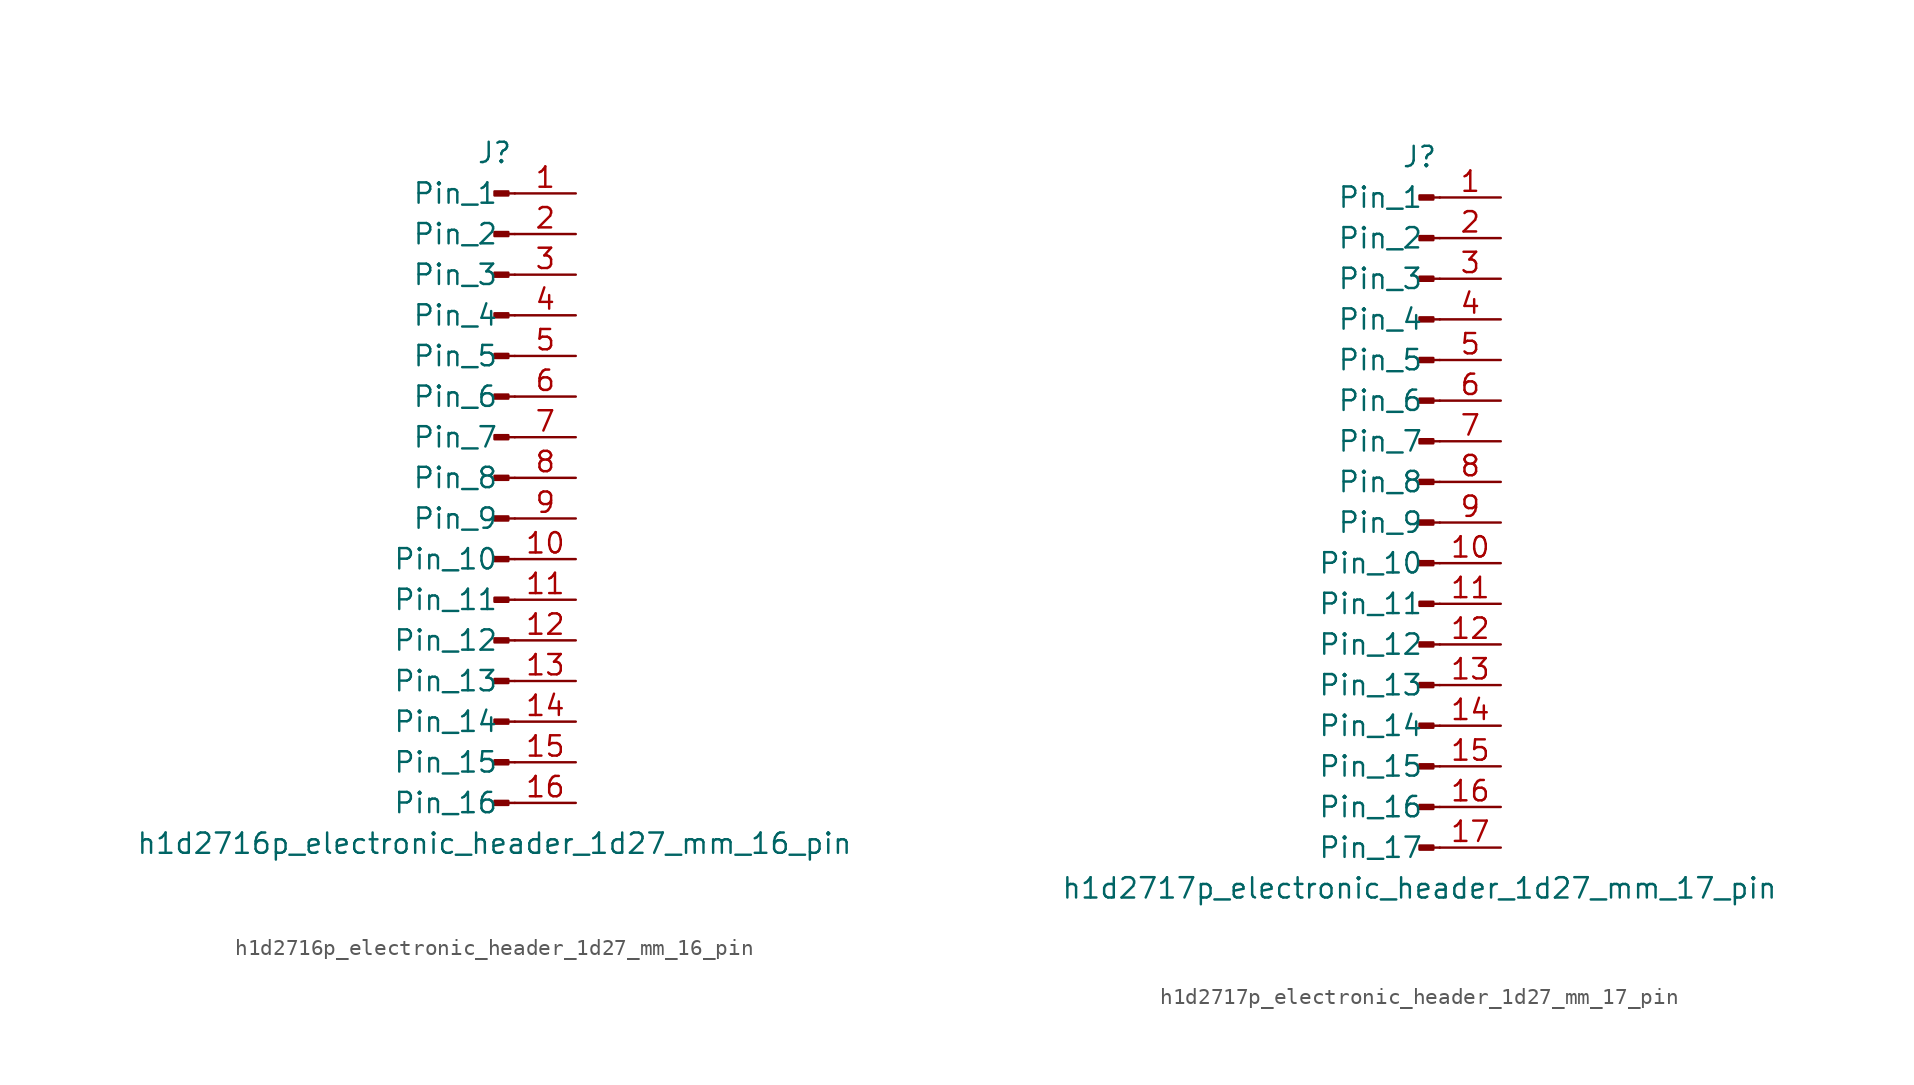
<source format=kicad_sym>
(kicad_symbol_lib
  (version 20220914)
  (generator kicad_symbol_editor)
  (symbol "h1d2716p_electronic_header_1d27_mm_16_pin"
    (pin_names
      (offset 1.016))
    (property "Reference" "J"
      (at 0 20.32 0)
      (effects (font (size 1.27 1.27))))
    (property "Value" "h1d2716p_electronic_header_1d27_mm_16_pin"
      (at 0 -22.86 0)
      (effects (font (size 1.27 1.27))))
    (property "ki_locked" ""
      (at 0 0 0)
      (effects (font (size 1.27 1.27))))
    (symbol "h1d2716p_electronic_header_1d27_mm_16_pin_1_1"
      (polyline (pts (xy 1.27 -20.32) (xy 0.864 -20.32)) (stroke (width 0.152) (type default)) (fill (type none)))
      (polyline (pts (xy 1.27 -17.78) (xy 0.864 -17.78)) (stroke (width 0.152) (type default)) (fill (type none)))
      (polyline (pts (xy 1.27 -15.24) (xy 0.864 -15.24)) (stroke (width 0.152) (type default)) (fill (type none)))
      (polyline (pts (xy 1.27 -12.7) (xy 0.864 -12.7)) (stroke (width 0.152) (type default)) (fill (type none)))
      (polyline (pts (xy 1.27 -10.16) (xy 0.864 -10.16)) (stroke (width 0.152) (type default)) (fill (type none)))
      (polyline (pts (xy 1.27 -7.62) (xy 0.864 -7.62)) (stroke (width 0.152) (type default)) (fill (type none)))
      (polyline (pts (xy 1.27 -5.08) (xy 0.864 -5.08)) (stroke (width 0.152) (type default)) (fill (type none)))
      (polyline (pts (xy 1.27 -2.54) (xy 0.864 -2.54)) (stroke (width 0.152) (type default)) (fill (type none)))
      (polyline (pts (xy 1.27 0) (xy 0.864 0)) (stroke (width 0.152) (type default)) (fill (type none)))
      (polyline (pts (xy 1.27 2.54) (xy 0.864 2.54)) (stroke (width 0.152) (type default)) (fill (type none)))
      (polyline (pts (xy 1.27 5.08) (xy 0.864 5.08)) (stroke (width 0.152) (type default)) (fill (type none)))
      (polyline (pts (xy 1.27 7.62) (xy 0.864 7.62)) (stroke (width 0.152) (type default)) (fill (type none)))
      (polyline (pts (xy 1.27 10.16) (xy 0.864 10.16)) (stroke (width 0.152) (type default)) (fill (type none)))
      (polyline (pts (xy 1.27 12.7) (xy 0.864 12.7)) (stroke (width 0.152) (type default)) (fill (type none)))
      (polyline (pts (xy 1.27 15.24) (xy 0.864 15.24)) (stroke (width 0.152) (type default)) (fill (type none)))
      (polyline (pts (xy 1.27 17.78) (xy 0.864 17.78)) (stroke (width 0.152) (type default)) (fill (type none)))
      (rectangle (start 0.864 -20.193) (end 0 -20.447) (stroke (width 0.152) (type default)) (fill (type outline)))
      (rectangle (start 0.864 -17.653) (end 0 -17.907) (stroke (width 0.152) (type default)) (fill (type outline)))
      (rectangle (start 0.864 -15.113) (end 0 -15.367) (stroke (width 0.152) (type default)) (fill (type outline)))
      (rectangle (start 0.864 -12.573) (end 0 -12.827) (stroke (width 0.152) (type default)) (fill (type outline)))
      (rectangle (start 0.864 -10.033) (end 0 -10.287) (stroke (width 0.152) (type default)) (fill (type outline)))
      (rectangle (start 0.864 -7.493) (end 0 -7.747) (stroke (width 0.152) (type default)) (fill (type outline)))
      (rectangle (start 0.864 -4.953) (end 0 -5.207) (stroke (width 0.152) (type default)) (fill (type outline)))
      (rectangle (start 0.864 -2.413) (end 0 -2.667) (stroke (width 0.152) (type default)) (fill (type outline)))
      (rectangle (start 0.864 0.127) (end 0 -0.127) (stroke (width 0.152) (type default)) (fill (type outline)))
      (rectangle (start 0.864 2.667) (end 0 2.413) (stroke (width 0.152) (type default)) (fill (type outline)))
      (rectangle (start 0.864 5.207) (end 0 4.953) (stroke (width 0.152) (type default)) (fill (type outline)))
      (rectangle (start 0.864 7.747) (end 0 7.493) (stroke (width 0.152) (type default)) (fill (type outline)))
      (rectangle (start 0.864 10.287) (end 0 10.033) (stroke (width 0.152) (type default)) (fill (type outline)))
      (rectangle (start 0.864 12.827) (end 0 12.573) (stroke (width 0.152) (type default)) (fill (type outline)))
      (rectangle (start 0.864 15.367) (end 0 15.113) (stroke (width 0.152) (type default)) (fill (type outline)))
      (rectangle (start 0.864 17.907) (end 0 17.653) (stroke (width 0.152) (type default)) (fill (type outline)))
      (pin passive line (at 5.08 17.78 180) (length 3.81) (name "Pin_1" (effects (font (size 1.27 1.27)))) (number "1" (effects (font (size 1.27 1.27)))))
      (pin passive line (at 5.08 -5.08 180) (length 3.81) (name "Pin_10" (effects (font (size 1.27 1.27)))) (number "10" (effects (font (size 1.27 1.27)))))
      (pin passive line (at 5.08 -7.62 180) (length 3.81) (name "Pin_11" (effects (font (size 1.27 1.27)))) (number "11" (effects (font (size 1.27 1.27)))))
      (pin passive line (at 5.08 -10.16 180) (length 3.81) (name "Pin_12" (effects (font (size 1.27 1.27)))) (number "12" (effects (font (size 1.27 1.27)))))
      (pin passive line (at 5.08 -12.7 180) (length 3.81) (name "Pin_13" (effects (font (size 1.27 1.27)))) (number "13" (effects (font (size 1.27 1.27)))))
      (pin passive line (at 5.08 -15.24 180) (length 3.81) (name "Pin_14" (effects (font (size 1.27 1.27)))) (number "14" (effects (font (size 1.27 1.27)))))
      (pin passive line (at 5.08 -17.78 180) (length 3.81) (name "Pin_15" (effects (font (size 1.27 1.27)))) (number "15" (effects (font (size 1.27 1.27)))))
      (pin passive line (at 5.08 -20.32 180) (length 3.81) (name "Pin_16" (effects (font (size 1.27 1.27)))) (number "16" (effects (font (size 1.27 1.27)))))
      (pin passive line (at 5.08 15.24 180) (length 3.81) (name "Pin_2" (effects (font (size 1.27 1.27)))) (number "2" (effects (font (size 1.27 1.27)))))
      (pin passive line (at 5.08 12.7 180) (length 3.81) (name "Pin_3" (effects (font (size 1.27 1.27)))) (number "3" (effects (font (size 1.27 1.27)))))
      (pin passive line (at 5.08 10.16 180) (length 3.81) (name "Pin_4" (effects (font (size 1.27 1.27)))) (number "4" (effects (font (size 1.27 1.27)))))
      (pin passive line (at 5.08 7.62 180) (length 3.81) (name "Pin_5" (effects (font (size 1.27 1.27)))) (number "5" (effects (font (size 1.27 1.27)))))
      (pin passive line (at 5.08 5.08 180) (length 3.81) (name "Pin_6" (effects (font (size 1.27 1.27)))) (number "6" (effects (font (size 1.27 1.27)))))
      (pin passive line (at 5.08 2.54 180) (length 3.81) (name "Pin_7" (effects (font (size 1.27 1.27)))) (number "7" (effects (font (size 1.27 1.27)))))
      (pin passive line (at 5.08 0 180) (length 3.81) (name "Pin_8" (effects (font (size 1.27 1.27)))) (number "8" (effects (font (size 1.27 1.27)))))
      (pin passive line (at 5.08 -2.54 180) (length 3.81) (name "Pin_9" (effects (font (size 1.27 1.27)))) (number "9" (effects (font (size 1.27 1.27)))))))
  (symbol "h1d2717p_electronic_header_1d27_mm_17_pin"
    (pin_names
      (offset 1.016))
    (property "Reference" "J"
      (at 0 22.86 0)
      (effects (font (size 1.27 1.27))))
    (property "Value" "h1d2717p_electronic_header_1d27_mm_17_pin"
      (at 0 -22.86 0)
      (effects (font (size 1.27 1.27))))
    (property "ki_locked" ""
      (at 0 0 0)
      (effects (font (size 1.27 1.27))))
    (symbol "h1d2717p_electronic_header_1d27_mm_17_pin_1_1"
      (polyline (pts (xy 1.27 -20.32) (xy 0.864 -20.32)) (stroke (width 0.152) (type default)) (fill (type none)))
      (polyline (pts (xy 1.27 -17.78) (xy 0.864 -17.78)) (stroke (width 0.152) (type default)) (fill (type none)))
      (polyline (pts (xy 1.27 -15.24) (xy 0.864 -15.24)) (stroke (width 0.152) (type default)) (fill (type none)))
      (polyline (pts (xy 1.27 -12.7) (xy 0.864 -12.7)) (stroke (width 0.152) (type default)) (fill (type none)))
      (polyline (pts (xy 1.27 -10.16) (xy 0.864 -10.16)) (stroke (width 0.152) (type default)) (fill (type none)))
      (polyline (pts (xy 1.27 -7.62) (xy 0.864 -7.62)) (stroke (width 0.152) (type default)) (fill (type none)))
      (polyline (pts (xy 1.27 -5.08) (xy 0.864 -5.08)) (stroke (width 0.152) (type default)) (fill (type none)))
      (polyline (pts (xy 1.27 -2.54) (xy 0.864 -2.54)) (stroke (width 0.152) (type default)) (fill (type none)))
      (polyline (pts (xy 1.27 0) (xy 0.864 0)) (stroke (width 0.152) (type default)) (fill (type none)))
      (polyline (pts (xy 1.27 2.54) (xy 0.864 2.54)) (stroke (width 0.152) (type default)) (fill (type none)))
      (polyline (pts (xy 1.27 5.08) (xy 0.864 5.08)) (stroke (width 0.152) (type default)) (fill (type none)))
      (polyline (pts (xy 1.27 7.62) (xy 0.864 7.62)) (stroke (width 0.152) (type default)) (fill (type none)))
      (polyline (pts (xy 1.27 10.16) (xy 0.864 10.16)) (stroke (width 0.152) (type default)) (fill (type none)))
      (polyline (pts (xy 1.27 12.7) (xy 0.864 12.7)) (stroke (width 0.152) (type default)) (fill (type none)))
      (polyline (pts (xy 1.27 15.24) (xy 0.864 15.24)) (stroke (width 0.152) (type default)) (fill (type none)))
      (polyline (pts (xy 1.27 17.78) (xy 0.864 17.78)) (stroke (width 0.152) (type default)) (fill (type none)))
      (polyline (pts (xy 1.27 20.32) (xy 0.864 20.32)) (stroke (width 0.152) (type default)) (fill (type none)))
      (rectangle (start 0.864 -20.193) (end 0 -20.447) (stroke (width 0.152) (type default)) (fill (type outline)))
      (rectangle (start 0.864 -17.653) (end 0 -17.907) (stroke (width 0.152) (type default)) (fill (type outline)))
      (rectangle (start 0.864 -15.113) (end 0 -15.367) (stroke (width 0.152) (type default)) (fill (type outline)))
      (rectangle (start 0.864 -12.573) (end 0 -12.827) (stroke (width 0.152) (type default)) (fill (type outline)))
      (rectangle (start 0.864 -10.033) (end 0 -10.287) (stroke (width 0.152) (type default)) (fill (type outline)))
      (rectangle (start 0.864 -7.493) (end 0 -7.747) (stroke (width 0.152) (type default)) (fill (type outline)))
      (rectangle (start 0.864 -4.953) (end 0 -5.207) (stroke (width 0.152) (type default)) (fill (type outline)))
      (rectangle (start 0.864 -2.413) (end 0 -2.667) (stroke (width 0.152) (type default)) (fill (type outline)))
      (rectangle (start 0.864 0.127) (end 0 -0.127) (stroke (width 0.152) (type default)) (fill (type outline)))
      (rectangle (start 0.864 2.667) (end 0 2.413) (stroke (width 0.152) (type default)) (fill (type outline)))
      (rectangle (start 0.864 5.207) (end 0 4.953) (stroke (width 0.152) (type default)) (fill (type outline)))
      (rectangle (start 0.864 7.747) (end 0 7.493) (stroke (width 0.152) (type default)) (fill (type outline)))
      (rectangle (start 0.864 10.287) (end 0 10.033) (stroke (width 0.152) (type default)) (fill (type outline)))
      (rectangle (start 0.864 12.827) (end 0 12.573) (stroke (width 0.152) (type default)) (fill (type outline)))
      (rectangle (start 0.864 15.367) (end 0 15.113) (stroke (width 0.152) (type default)) (fill (type outline)))
      (rectangle (start 0.864 17.907) (end 0 17.653) (stroke (width 0.152) (type default)) (fill (type outline)))
      (rectangle (start 0.864 20.447) (end 0 20.193) (stroke (width 0.152) (type default)) (fill (type outline)))
      (pin passive line (at 5.08 20.32 180) (length 3.81) (name "Pin_1" (effects (font (size 1.27 1.27)))) (number "1" (effects (font (size 1.27 1.27)))))
      (pin passive line (at 5.08 -2.54 180) (length 3.81) (name "Pin_10" (effects (font (size 1.27 1.27)))) (number "10" (effects (font (size 1.27 1.27)))))
      (pin passive line (at 5.08 -5.08 180) (length 3.81) (name "Pin_11" (effects (font (size 1.27 1.27)))) (number "11" (effects (font (size 1.27 1.27)))))
      (pin passive line (at 5.08 -7.62 180) (length 3.81) (name "Pin_12" (effects (font (size 1.27 1.27)))) (number "12" (effects (font (size 1.27 1.27)))))
      (pin passive line (at 5.08 -10.16 180) (length 3.81) (name "Pin_13" (effects (font (size 1.27 1.27)))) (number "13" (effects (font (size 1.27 1.27)))))
      (pin passive line (at 5.08 -12.7 180) (length 3.81) (name "Pin_14" (effects (font (size 1.27 1.27)))) (number "14" (effects (font (size 1.27 1.27)))))
      (pin passive line (at 5.08 -15.24 180) (length 3.81) (name "Pin_15" (effects (font (size 1.27 1.27)))) (number "15" (effects (font (size 1.27 1.27)))))
      (pin passive line (at 5.08 -17.78 180) (length 3.81) (name "Pin_16" (effects (font (size 1.27 1.27)))) (number "16" (effects (font (size 1.27 1.27)))))
      (pin passive line (at 5.08 -20.32 180) (length 3.81) (name "Pin_17" (effects (font (size 1.27 1.27)))) (number "17" (effects (font (size 1.27 1.27)))))
      (pin passive line (at 5.08 17.78 180) (length 3.81) (name "Pin_2" (effects (font (size 1.27 1.27)))) (number "2" (effects (font (size 1.27 1.27)))))
      (pin passive line (at 5.08 15.24 180) (length 3.81) (name "Pin_3" (effects (font (size 1.27 1.27)))) (number "3" (effects (font (size 1.27 1.27)))))
      (pin passive line (at 5.08 12.7 180) (length 3.81) (name "Pin_4" (effects (font (size 1.27 1.27)))) (number "4" (effects (font (size 1.27 1.27)))))
      (pin passive line (at 5.08 10.16 180) (length 3.81) (name "Pin_5" (effects (font (size 1.27 1.27)))) (number "5" (effects (font (size 1.27 1.27)))))
      (pin passive line (at 5.08 7.62 180) (length 3.81) (name "Pin_6" (effects (font (size 1.27 1.27)))) (number "6" (effects (font (size 1.27 1.27)))))
      (pin passive line (at 5.08 5.08 180) (length 3.81) (name "Pin_7" (effects (font (size 1.27 1.27)))) (number "7" (effects (font (size 1.27 1.27)))))
      (pin passive line (at 5.08 2.54 180) (length 3.81) (name "Pin_8" (effects (font (size 1.27 1.27)))) (number "8" (effects (font (size 1.27 1.27)))))
      (pin passive line (at 5.08 0 180) (length 3.81) (name "Pin_9" (effects (font (size 1.27 1.27)))) (number "9" (effects (font (size 1.27 1.27))))))))
</source>
